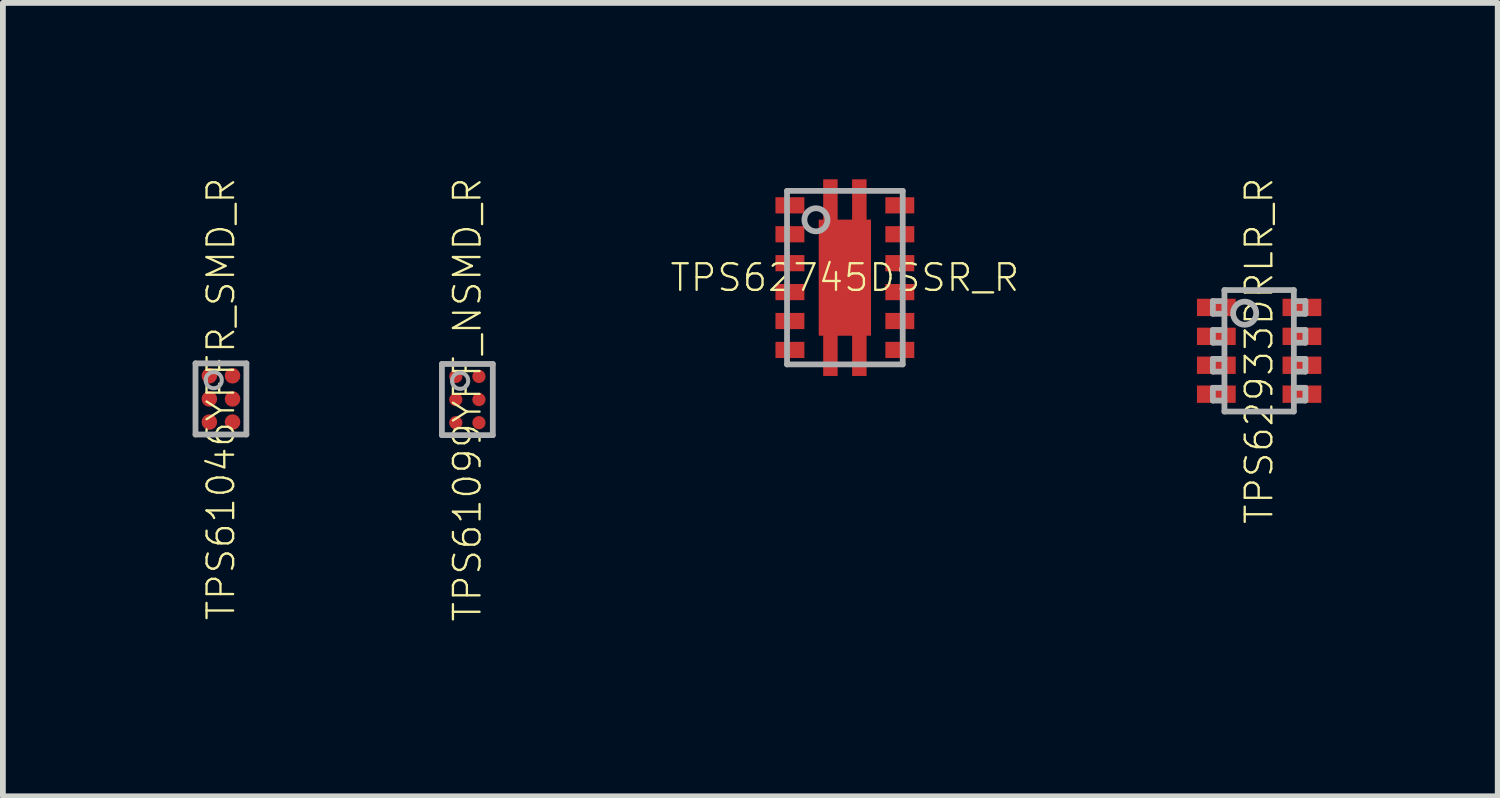
<source format=kicad_pcb>
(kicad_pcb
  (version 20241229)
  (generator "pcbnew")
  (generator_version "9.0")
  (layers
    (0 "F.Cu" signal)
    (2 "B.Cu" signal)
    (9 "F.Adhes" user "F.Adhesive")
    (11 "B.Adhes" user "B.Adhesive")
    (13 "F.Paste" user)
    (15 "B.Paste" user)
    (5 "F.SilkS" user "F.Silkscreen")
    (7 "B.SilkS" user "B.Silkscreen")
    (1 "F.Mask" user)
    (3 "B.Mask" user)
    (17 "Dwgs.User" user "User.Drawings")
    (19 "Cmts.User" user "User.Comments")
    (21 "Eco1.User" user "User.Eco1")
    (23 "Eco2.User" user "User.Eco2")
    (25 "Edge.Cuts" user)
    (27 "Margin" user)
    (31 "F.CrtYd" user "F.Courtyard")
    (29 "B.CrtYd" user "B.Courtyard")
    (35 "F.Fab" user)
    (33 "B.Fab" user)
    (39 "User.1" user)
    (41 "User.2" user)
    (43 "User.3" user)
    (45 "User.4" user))
  (footprint "TPS61099YFF_NSMD_R"
    (layer "F.Cu")
    (at 5.03 3.858)
    (property "Reference" "TPS61099YFF_NSMD_R" (at 0 0 90) (unlocked yes) (layer "F.SilkS") (effects (font (size 0.46 0.46) (thickness 0.04))))
    (fp_circle (center -0.2 -0.4) (end -0.125 -0.4) (stroke (width 0.15) (type solid)) (fill yes) (layer "F.Mask"))
    (fp_circle (center -0.2 0) (end -0.125 0) (stroke (width 0.15) (type solid)) (fill yes) (layer "F.Mask"))
    (fp_circle (center -0.2 0.4) (end -0.125 0.4) (stroke (width 0.15) (type solid)) (fill yes) (layer "F.Mask"))
    (fp_circle (center 0.2 -0.4) (end 0.275 -0.4) (stroke (width 0.15) (type solid)) (fill yes) (layer "F.Mask"))
    (fp_circle (center 0.2 0) (end 0.275 0) (stroke (width 0.15) (type solid)) (fill yes) (layer "F.Mask"))
    (fp_circle (center 0.2 0.4) (end 0.275 0.4) (stroke (width 0.15) (type solid)) (fill yes) (layer "F.Mask"))
    (fp_circle (center -0.2 -0.4) (end -0.138 -0.4) (stroke (width 0.125) (type solid)) (fill yes) (layer "F.Paste"))
    (fp_circle (center -0.2 0) (end -0.138 0) (stroke (width 0.125) (type solid)) (fill yes) (layer "F.Paste"))
    (fp_circle (center -0.2 0.4) (end -0.138 0.4) (stroke (width 0.125) (type solid)) (fill yes) (layer "F.Paste"))
    (fp_circle (center 0.2 -0.4) (end 0.263 -0.4) (stroke (width 0.125) (type solid)) (fill yes) (layer "F.Paste"))
    (fp_circle (center 0.2 0) (end 0.263 0) (stroke (width 0.125) (type solid)) (fill yes) (layer "F.Paste"))
    (fp_circle (center 0.2 0.4) (end 0.263 0.4) (stroke (width 0.125) (type solid)) (fill yes) (layer "F.Paste"))
    (fp_line (start -0.44 -0.615) (end -0.44 0.615) (stroke (width 0.1) (type solid)) (layer "F.Fab"))
    (fp_line (start -0.44 0.615) (end 0.44 0.615) (stroke (width 0.1) (type solid)) (layer "F.Fab"))
    (fp_line (start 0.44 -0.615) (end -0.44 -0.615) (stroke (width 0.1) (type solid)) (layer "F.Fab"))
    (fp_line (start 0.44 0.615) (end 0.44 -0.615) (stroke (width 0.1) (type solid)) (layer "F.Fab"))
    (fp_circle (center -0.125 -0.325) (end 0.015 -0.325) (stroke (width 0.07) (type solid)) (fill no) (layer "F.Fab"))
    (pad "A1" smd roundrect (at -0.2 -0.4) (size 0.23 0.23) (layers "F.Cu") (roundrect_rratio 0.5))
    (pad "A2" smd roundrect (at 0.2 -0.4) (size 0.23 0.23) (layers "F.Cu") (roundrect_rratio 0.5))
    (pad "B1" smd roundrect (at -0.2 0) (size 0.23 0.23) (layers "F.Cu") (roundrect_rratio 0.5))
    (pad "B2" smd roundrect (at 0.2 0) (size 0.23 0.23) (layers "F.Cu") (roundrect_rratio 0.5))
    (pad "C1" smd roundrect (at -0.2 0.4) (size 0.23 0.23) (layers "F.Cu") (roundrect_rratio 0.5))
    (pad "C2" smd roundrect (at 0.2 0.4) (size 0.23 0.23) (layers "F.Cu") (roundrect_rratio 0.5)))
  (footprint "TPS61046YFFR_SMD_R"
    (layer "F.Cu")
    (at 0.77 3.847)
    (property "Reference" "TPS61046YFFR_SMD_R" (at 0 0 90) (unlocked yes) (layer "F.SilkS") (effects (font (size 0.46 0.46) (thickness 0.04))))
    (fp_line (start -0.72 0.665) (end -0.49 0.665) (stroke (width 0.1) (type solid)) (layer "F.Mask"))
    (fp_line (start -0.49 0.665) (end -0.49 0.895) (stroke (width 0.1) (type solid)) (layer "F.Mask"))
    (fp_line (start -0.485 -0.9) (end -0.485 -0.67) (stroke (width 0.1) (type solid)) (layer "F.Mask"))
    (fp_line (start -0.485 -0.67) (end -0.715 -0.67) (stroke (width 0.1) (type solid)) (layer "F.Mask"))
    (fp_line (start 0.485 0.67) (end 0.715 0.67) (stroke (width 0.1) (type solid)) (layer "F.Mask"))
    (fp_line (start 0.485 0.9) (end 0.485 0.67) (stroke (width 0.1) (type solid)) (layer "F.Mask"))
    (fp_line (start 0.49 -0.665) (end 0.49 -0.895) (stroke (width 0.1) (type solid)) (layer "F.Mask"))
    (fp_line (start 0.72 -0.665) (end 0.49 -0.665) (stroke (width 0.1) (type solid)) (layer "F.Mask"))
    (fp_circle (center -0.2 -0.4) (end -0.15 -0.4) (stroke (width 0.1) (type solid)) (fill yes) (layer "F.Mask"))
    (fp_circle (center -0.2 0) (end -0.15 0) (stroke (width 0.1) (type solid)) (fill yes) (layer "F.Mask"))
    (fp_circle (center -0.2 0.4) (end -0.15 0.4) (stroke (width 0.1) (type solid)) (fill yes) (layer "F.Mask"))
    (fp_circle (center 0.2 -0.4) (end 0.25 -0.4) (stroke (width 0.1) (type solid)) (fill yes) (layer "F.Mask"))
    (fp_circle (center 0.2 0) (end 0.25 0) (stroke (width 0.1) (type solid)) (fill yes) (layer "F.Mask"))
    (fp_circle (center 0.2 0.4) (end 0.25 0.4) (stroke (width 0.1) (type solid)) (fill yes) (layer "F.Mask"))
    (fp_circle (center -0.2 -0.4) (end -0.144 -0.4) (stroke (width 0.113) (type solid)) (fill yes) (layer "F.Paste"))
    (fp_circle (center -0.2 0) (end -0.144 0) (stroke (width 0.113) (type solid)) (fill yes) (layer "F.Paste"))
    (fp_circle (center -0.2 0.4) (end -0.144 0.4) (stroke (width 0.113) (type solid)) (fill yes) (layer "F.Paste"))
    (fp_circle (center 0.2 -0.4) (end 0.256 -0.4) (stroke (width 0.113) (type solid)) (fill yes) (layer "F.Paste"))
    (fp_circle (center 0.2 0) (end 0.256 0) (stroke (width 0.113) (type solid)) (fill yes) (layer "F.Paste"))
    (fp_circle (center 0.2 0.4) (end 0.256 0.4) (stroke (width 0.113) (type solid)) (fill yes) (layer "F.Paste"))
    (fp_line (start -0.44 -0.615) (end -0.44 0.615) (stroke (width 0.1) (type solid)) (layer "F.Fab"))
    (fp_line (start -0.44 0.615) (end 0.44 0.615) (stroke (width 0.1) (type solid)) (layer "F.Fab"))
    (fp_line (start 0.44 -0.615) (end -0.44 -0.615) (stroke (width 0.1) (type solid)) (layer "F.Fab"))
    (fp_line (start 0.44 0.615) (end 0.44 -0.615) (stroke (width 0.1) (type solid)) (layer "F.Fab"))
    (fp_circle (center -0.125 -0.325) (end 0.015 -0.325) (stroke (width 0.07) (type solid)) (fill no) (layer "F.Fab"))
    (pad "A1" smd roundrect (at -0.2 -0.4) (size 0.27 0.27) (layers "F.Cu") (roundrect_rratio 0.5))
    (pad "A2" smd roundrect (at 0.2 -0.4) (size 0.27 0.27) (layers "F.Cu") (roundrect_rratio 0.5))
    (pad "B1" smd roundrect (at -0.2 0) (size 0.27 0.27) (layers "F.Cu") (roundrect_rratio 0.5))
    (pad "B2" smd roundrect (at 0.2 0) (size 0.27 0.27) (layers "F.Cu") (roundrect_rratio 0.5))
    (pad "C1" smd roundrect (at -0.2 0.4) (size 0.27 0.27) (layers "F.Cu") (roundrect_rratio 0.5))
    (pad "C2" smd roundrect (at 0.2 0.4) (size 0.27 0.27) (layers "F.Cu") (roundrect_rratio 0.5)))
  (footprint "TPS62933DRLR_R"
    (layer "F.Cu")
    (at 18.719 3.015)
    (property "Reference" "TPS62933DRLR_R" (at 0 0 90) (unlocked yes) (layer "F.SilkS") (effects (font (size 0.46 0.46) (thickness 0.04))))
    (fp_poly (pts (xy -1.125 -0.55) (xy -0.355 -0.55) (xy -0.355 -0.95) (xy -1.125 -0.95)) (stroke (width 0) (type default)) (fill yes) (layer "F.Mask"))
    (fp_poly (pts (xy -1.125 -0.05) (xy -0.355 -0.05) (xy -0.355 -0.45) (xy -1.125 -0.45)) (stroke (width 0) (type default)) (fill yes) (layer "F.Mask"))
    (fp_poly (pts (xy -1.125 0.45) (xy -0.355 0.45) (xy -0.355 0.05) (xy -1.125 0.05)) (stroke (width 0) (type default)) (fill yes) (layer "F.Mask"))
    (fp_poly (pts (xy -1.125 0.95) (xy -0.355 0.95) (xy -0.355 0.55) (xy -1.125 0.55)) (stroke (width 0) (type default)) (fill yes) (layer "F.Mask"))
    (fp_poly (pts (xy 1.125 -0.95) (xy 0.355 -0.95) (xy 0.355 -0.55) (xy 1.125 -0.55)) (stroke (width 0) (type default)) (fill yes) (layer "F.Mask"))
    (fp_poly (pts (xy 1.125 -0.45) (xy 0.355 -0.45) (xy 0.355 -0.05) (xy 1.125 -0.05)) (stroke (width 0) (type default)) (fill yes) (layer "F.Mask"))
    (fp_poly (pts (xy 1.125 0.05) (xy 0.355 0.05) (xy 0.355 0.45) (xy 1.125 0.45)) (stroke (width 0) (type default)) (fill yes) (layer "F.Mask"))
    (fp_poly (pts (xy 1.125 0.55) (xy 0.355 0.55) (xy 0.355 0.95) (xy 1.125 0.95)) (stroke (width 0) (type default)) (fill yes) (layer "F.Mask"))
    (fp_poly (pts (xy -0.405 -0.6) (xy -1.075 -0.6) (xy -1.075 -0.9) (xy -0.405 -0.9)) (stroke (width 0) (type default)) (fill yes) (layer "F.Paste"))
    (fp_poly (pts (xy -0.405 -0.1) (xy -1.075 -0.1) (xy -1.075 -0.4) (xy -0.405 -0.4)) (stroke (width 0) (type default)) (fill yes) (layer "F.Paste"))
    (fp_poly (pts (xy -0.405 0.4) (xy -1.075 0.4) (xy -1.075 0.1) (xy -0.405 0.1)) (stroke (width 0) (type default)) (fill yes) (layer "F.Paste"))
    (fp_poly (pts (xy -0.405 0.9) (xy -1.075 0.9) (xy -1.075 0.6) (xy -0.405 0.6)) (stroke (width 0) (type default)) (fill yes) (layer "F.Paste"))
    (fp_poly (pts (xy 1.075 -0.6) (xy 0.405 -0.6) (xy 0.405 -0.9) (xy 1.075 -0.9)) (stroke (width 0) (type default)) (fill yes) (layer "F.Paste"))
    (fp_poly (pts (xy 1.075 -0.1) (xy 0.405 -0.1) (xy 0.405 -0.4) (xy 1.075 -0.4)) (stroke (width 0) (type default)) (fill yes) (layer "F.Paste"))
    (fp_poly (pts (xy 1.075 0.4) (xy 0.405 0.4) (xy 0.405 0.1) (xy 1.075 0.1)) (stroke (width 0) (type default)) (fill yes) (layer "F.Paste"))
    (fp_poly (pts (xy 1.075 0.9) (xy 0.405 0.9) (xy 0.405 0.6) (xy 1.075 0.6)) (stroke (width 0) (type default)) (fill yes) (layer "F.Paste"))
    (fp_line (start -0.8 -0.86) (end -0.8 -0.64) (stroke (width 0.1) (type solid)) (layer "F.Fab"))
    (fp_line (start -0.8 -0.64) (end -0.6 -0.64) (stroke (width 0.1) (type solid)) (layer "F.Fab"))
    (fp_line (start -0.8 -0.36) (end -0.8 -0.14) (stroke (width 0.1) (type solid)) (layer "F.Fab"))
    (fp_line (start -0.8 -0.14) (end -0.6 -0.14) (stroke (width 0.1) (type solid)) (layer "F.Fab"))
    (fp_line (start -0.8 0.14) (end -0.8 0.36) (stroke (width 0.1) (type solid)) (layer "F.Fab"))
    (fp_line (start -0.8 0.36) (end -0.6 0.36) (stroke (width 0.1) (type solid)) (layer "F.Fab"))
    (fp_line (start -0.8 0.64) (end -0.8 0.86) (stroke (width 0.1) (type solid)) (layer "F.Fab"))
    (fp_line (start -0.8 0.86) (end -0.6 0.86) (stroke (width 0.1) (type solid)) (layer "F.Fab"))
    (fp_line (start -0.6 -1.05) (end -0.6 1.05) (stroke (width 0.1) (type solid)) (layer "F.Fab"))
    (fp_line (start -0.6 -0.86) (end -0.8 -0.86) (stroke (width 0.1) (type solid)) (layer "F.Fab"))
    (fp_line (start -0.6 -0.36) (end -0.8 -0.36) (stroke (width 0.1) (type solid)) (layer "F.Fab"))
    (fp_line (start -0.6 0.14) (end -0.8 0.14) (stroke (width 0.1) (type solid)) (layer "F.Fab"))
    (fp_line (start -0.6 0.64) (end -0.8 0.64) (stroke (width 0.1) (type solid)) (layer "F.Fab"))
    (fp_line (start -0.6 1.05) (end 0.6 1.05) (stroke (width 0.1) (type solid)) (layer "F.Fab"))
    (fp_line (start 0.6 -1.05) (end -0.6 -1.05) (stroke (width 0.1) (type solid)) (layer "F.Fab"))
    (fp_line (start 0.6 -0.64) (end 0.8 -0.64) (stroke (width 0.1) (type solid)) (layer "F.Fab"))
    (fp_line (start 0.6 -0.14) (end 0.8 -0.14) (stroke (width 0.1) (type solid)) (layer "F.Fab"))
    (fp_line (start 0.6 0.36) (end 0.8 0.36) (stroke (width 0.1) (type solid)) (layer "F.Fab"))
    (fp_line (start 0.6 0.86) (end 0.8 0.86) (stroke (width 0.1) (type solid)) (layer "F.Fab"))
    (fp_line (start 0.6 1.05) (end 0.6 -1.05) (stroke (width 0.1) (type solid)) (layer "F.Fab"))
    (fp_line (start 0.8 -0.86) (end 0.6 -0.86) (stroke (width 0.1) (type solid)) (layer "F.Fab"))
    (fp_line (start 0.8 -0.64) (end 0.8 -0.86) (stroke (width 0.1) (type solid)) (layer "F.Fab"))
    (fp_line (start 0.8 -0.36) (end 0.6 -0.36) (stroke (width 0.1) (type solid)) (layer "F.Fab"))
    (fp_line (start 0.8 -0.14) (end 0.8 -0.36) (stroke (width 0.1) (type solid)) (layer "F.Fab"))
    (fp_line (start 0.8 0.14) (end 0.6 0.14) (stroke (width 0.1) (type solid)) (layer "F.Fab"))
    (fp_line (start 0.8 0.36) (end 0.8 0.14) (stroke (width 0.1) (type solid)) (layer "F.Fab"))
    (fp_line (start 0.8 0.64) (end 0.6 0.64) (stroke (width 0.1) (type solid)) (layer "F.Fab"))
    (fp_line (start 0.8 0.86) (end 0.8 0.64) (stroke (width 0.1) (type solid)) (layer "F.Fab"))
    (fp_circle (center -0.25 -0.65) (end -0.05 -0.65) (stroke (width 0.1) (type solid)) (fill no) (layer "F.Fab"))
    (pad "1" smd rect (at -0.74 -0.75) (size 0.67 0.3) (layers "F.Cu"))
    (pad "2" smd rect (at -0.74 -0.25) (size 0.67 0.3) (layers "F.Cu"))
    (pad "3" smd rect (at -0.74 0.25) (size 0.67 0.3) (layers "F.Cu"))
    (pad "4" smd rect (at -0.74 0.75) (size 0.67 0.3) (layers "F.Cu"))
    (pad "5" smd rect (at 0.74 0.75 180) (size 0.67 0.3) (layers "F.Cu"))
    (pad "6" smd rect (at 0.74 0.25 180) (size 0.67 0.3) (layers "F.Cu"))
    (pad "7" smd rect (at 0.74 -0.25 180) (size 0.67 0.3) (layers "F.Cu"))
    (pad "8" smd rect (at 0.74 -0.75 180) (size 0.67 0.3) (layers "F.Cu")))
  (footprint "TPS62745DSSR_R"
    (layer "F.Cu")
    (at 11.557 1.75)
    (property "Reference" "TPS62745DSSR_R" (at 0 0 0) (unlocked yes) (layer "F.SilkS") (effects (font (size 0.46 0.46) (thickness 0.04))))
    (fp_poly (pts (xy -0.125 -1) (xy 0.125 -1) (xy 0.125 -1.7) (xy 0.375 -1.7) (xy 0.375 -1) (xy 0.45 -1) (xy 0.45 1) (xy 0.375 1) (xy 0.375 1.7) (xy 0.125 1.7) (xy 0.125 1) (xy -0.125 1) (xy -0.125 1.7) (xy -0.375 1.7) (xy -0.375 1) (xy -0.45 1) (xy -0.45 -1) (xy -0.375 -1) (xy -0.375 -1.7) (xy -0.125 -1.7)) (stroke (width 0) (type default)) (fill yes) (layer "F.Cu"))
    (fp_poly (pts (xy -1.25 -1.06) (xy -0.65 -1.06) (xy -0.65 -1.44) (xy -1.25 -1.44)) (stroke (width 0) (type default)) (fill yes) (layer "F.Mask"))
    (fp_poly (pts (xy -1.25 -0.56) (xy -0.65 -0.56) (xy -0.65 -0.94) (xy -1.25 -0.94)) (stroke (width 0) (type default)) (fill yes) (layer "F.Mask"))
    (fp_poly (pts (xy -1.25 -0.06) (xy -0.65 -0.06) (xy -0.65 -0.44) (xy -1.25 -0.44)) (stroke (width 0) (type default)) (fill yes) (layer "F.Mask"))
    (fp_poly (pts (xy -1.25 0.44) (xy -0.65 0.44) (xy -0.65 0.06) (xy -1.25 0.06)) (stroke (width 0) (type default)) (fill yes) (layer "F.Mask"))
    (fp_poly (pts (xy -1.25 0.94) (xy -0.65 0.94) (xy -0.65 0.56) (xy -1.25 0.56)) (stroke (width 0) (type default)) (fill yes) (layer "F.Mask"))
    (fp_poly (pts (xy -1.25 1.44) (xy -0.65 1.44) (xy -0.65 1.06) (xy -1.25 1.06)) (stroke (width 0) (type default)) (fill yes) (layer "F.Mask"))
    (fp_poly (pts (xy -0.5 1.05) (xy 0.5 1.05) (xy 0.5 -1.05) (xy -0.5 -1.05)) (stroke (width 0) (type default)) (fill yes) (layer "F.Mask"))
    (fp_poly (pts (xy -0.425 -1) (xy -0.075 -1) (xy -0.075 -1.75) (xy -0.425 -1.75)) (stroke (width 0) (type default)) (fill yes) (layer "F.Mask"))
    (fp_poly (pts (xy -0.425 1.75) (xy -0.075 1.75) (xy -0.075 1) (xy -0.425 1)) (stroke (width 0) (type default)) (fill yes) (layer "F.Mask"))
    (fp_poly (pts (xy 0.075 -1) (xy 0.425 -1) (xy 0.425 -1.75) (xy 0.075 -1.75)) (stroke (width 0) (type default)) (fill yes) (layer "F.Mask"))
    (fp_poly (pts (xy 0.075 1.75) (xy 0.425 1.75) (xy 0.425 1) (xy 0.075 1)) (stroke (width 0) (type default)) (fill yes) (layer "F.Mask"))
    (fp_poly (pts (xy 0.65 -1.06) (xy 1.25 -1.06) (xy 1.25 -1.44) (xy 0.65 -1.44)) (stroke (width 0) (type default)) (fill yes) (layer "F.Mask"))
    (fp_poly (pts (xy 0.65 -0.56) (xy 1.25 -0.56) (xy 1.25 -0.94) (xy 0.65 -0.94)) (stroke (width 0) (type default)) (fill yes) (layer "F.Mask"))
    (fp_poly (pts (xy 0.65 -0.06) (xy 1.25 -0.06) (xy 1.25 -0.44) (xy 0.65 -0.44)) (stroke (width 0) (type default)) (fill yes) (layer "F.Mask"))
    (fp_poly (pts (xy 0.65 0.44) (xy 1.25 0.44) (xy 1.25 0.06) (xy 0.65 0.06)) (stroke (width 0) (type default)) (fill yes) (layer "F.Mask"))
    (fp_poly (pts (xy 0.65 0.94) (xy 1.25 0.94) (xy 1.25 0.56) (xy 0.65 0.56)) (stroke (width 0) (type default)) (fill yes) (layer "F.Mask"))
    (fp_poly (pts (xy 0.65 1.44) (xy 1.25 1.44) (xy 1.25 1.06) (xy 0.65 1.06)) (stroke (width 0) (type default)) (fill yes) (layer "F.Mask"))
    (fp_poly (pts (xy -0.7 -1.125) (xy -1.2 -1.125) (xy -1.2 -1.375) (xy -0.7 -1.375)) (stroke (width 0) (type default)) (fill yes) (layer "F.Paste"))
    (fp_poly (pts (xy -0.7 -0.625) (xy -1.2 -0.625) (xy -1.2 -0.875) (xy -0.7 -0.875)) (stroke (width 0) (type default)) (fill yes) (layer "F.Paste"))
    (fp_poly (pts (xy -0.7 -0.125) (xy -1.2 -0.125) (xy -1.2 -0.375) (xy -0.7 -0.375)) (stroke (width 0) (type default)) (fill yes) (layer "F.Paste"))
    (fp_poly (pts (xy -0.7 0.375) (xy -1.2 0.375) (xy -1.2 0.125) (xy -0.7 0.125)) (stroke (width 0) (type default)) (fill yes) (layer "F.Paste"))
    (fp_poly (pts (xy -0.7 0.875) (xy -1.2 0.875) (xy -1.2 0.625) (xy -0.7 0.625)) (stroke (width 0) (type default)) (fill yes) (layer "F.Paste"))
    (fp_poly (pts (xy -0.7 1.375) (xy -1.2 1.375) (xy -1.2 1.125) (xy -0.7 1.125)) (stroke (width 0) (type default)) (fill yes) (layer "F.Paste"))
    (fp_poly (pts (xy -0.125 -1.1) (xy -0.375 -1.1) (xy -0.375 -1.7) (xy -0.125 -1.7)) (stroke (width 0) (type default)) (fill yes) (layer "F.Paste"))
    (fp_poly (pts (xy -0.125 1.7) (xy -0.375 1.7) (xy -0.375 1.1) (xy -0.125 1.1)) (stroke (width 0) (type default)) (fill yes) (layer "F.Paste"))
    (fp_poly (pts (xy 0.33 0.75) (xy -0.33 0.75) (xy -0.33 -0.75) (xy 0.33 -0.75)) (stroke (width 0) (type default)) (fill yes) (layer "F.Paste"))
    (fp_poly (pts (xy 0.375 -1.1) (xy 0.125 -1.1) (xy 0.125 -1.7) (xy 0.375 -1.7)) (stroke (width 0) (type default)) (fill yes) (layer "F.Paste"))
    (fp_poly (pts (xy 0.375 1.7) (xy 0.125 1.7) (xy 0.125 1.1) (xy 0.375 1.1)) (stroke (width 0) (type default)) (fill yes) (layer "F.Paste"))
    (fp_poly (pts (xy 1.2 -1.125) (xy 0.7 -1.125) (xy 0.7 -1.375) (xy 1.2 -1.375)) (stroke (width 0) (type default)) (fill yes) (layer "F.Paste"))
    (fp_poly (pts (xy 1.2 -0.625) (xy 0.7 -0.625) (xy 0.7 -0.875) (xy 1.2 -0.875)) (stroke (width 0) (type default)) (fill yes) (layer "F.Paste"))
    (fp_poly (pts (xy 1.2 -0.125) (xy 0.7 -0.125) (xy 0.7 -0.375) (xy 1.2 -0.375)) (stroke (width 0) (type default)) (fill yes) (layer "F.Paste"))
    (fp_poly (pts (xy 1.2 0.375) (xy 0.7 0.375) (xy 0.7 0.125) (xy 1.2 0.125)) (stroke (width 0) (type default)) (fill yes) (layer "F.Paste"))
    (fp_poly (pts (xy 1.2 0.875) (xy 0.7 0.875) (xy 0.7 0.625) (xy 1.2 0.625)) (stroke (width 0) (type default)) (fill yes) (layer "F.Paste"))
    (fp_poly (pts (xy 1.2 1.375) (xy 0.7 1.375) (xy 0.7 1.125) (xy 1.2 1.125)) (stroke (width 0) (type default)) (fill yes) (layer "F.Paste"))
    (fp_line (start -1 -1.5) (end 1 -1.5) (stroke (width 0.1) (type solid)) (layer "F.Fab"))
    (fp_line (start -1 1.5) (end -1 -1.5) (stroke (width 0.1) (type solid)) (layer "F.Fab"))
    (fp_line (start 1 -1.5) (end 1 1.5) (stroke (width 0.1) (type solid)) (layer "F.Fab"))
    (fp_line (start 1 1.5) (end -1 1.5) (stroke (width 0.1) (type solid)) (layer "F.Fab"))
    (fp_circle (center -0.5 -1) (end -0.3 -1) (stroke (width 0.1) (type solid)) (fill no) (layer "F.Fab"))
    (pad "0" smd rect (at 0 0) (size 0.9 2) (layers "F.Cu"))
    (pad "1" smd rect (at -0.95 -1.25) (size 0.5 0.28) (layers "F.Cu"))
    (pad "2" smd rect (at -0.95 -0.75) (size 0.5 0.28) (layers "F.Cu"))
    (pad "3" smd rect (at -0.95 -0.25) (size 0.5 0.28) (layers "F.Cu"))
    (pad "4" smd rect (at -0.95 0.25) (size 0.5 0.28) (layers "F.Cu"))
    (pad "5" smd rect (at -0.95 0.75) (size 0.5 0.28) (layers "F.Cu"))
    (pad "6" smd rect (at -0.95 1.25) (size 0.5 0.28) (layers "F.Cu"))
    (pad "7" smd rect (at 0.95 1.25) (size 0.5 0.28) (layers "F.Cu"))
    (pad "8" smd rect (at 0.95 0.75) (size 0.5 0.28) (layers "F.Cu"))
    (pad "9" smd rect (at 0.95 0.25) (size 0.5 0.28) (layers "F.Cu"))
    (pad "10" smd rect (at 0.95 -0.25) (size 0.5 0.28) (layers "F.Cu"))
    (pad "11" smd rect (at 0.95 -0.75) (size 0.5 0.28) (layers "F.Cu"))
    (pad "12" smd rect (at 0.95 -1.25) (size 0.5 0.28) (layers "F.Cu")))
  (gr_rect
    (start -3 -3)
    (end 22.844 10.717)
    (stroke (width 0.1) (type default))
    (fill no)
    (layer "Edge.Cuts")))
</source>
